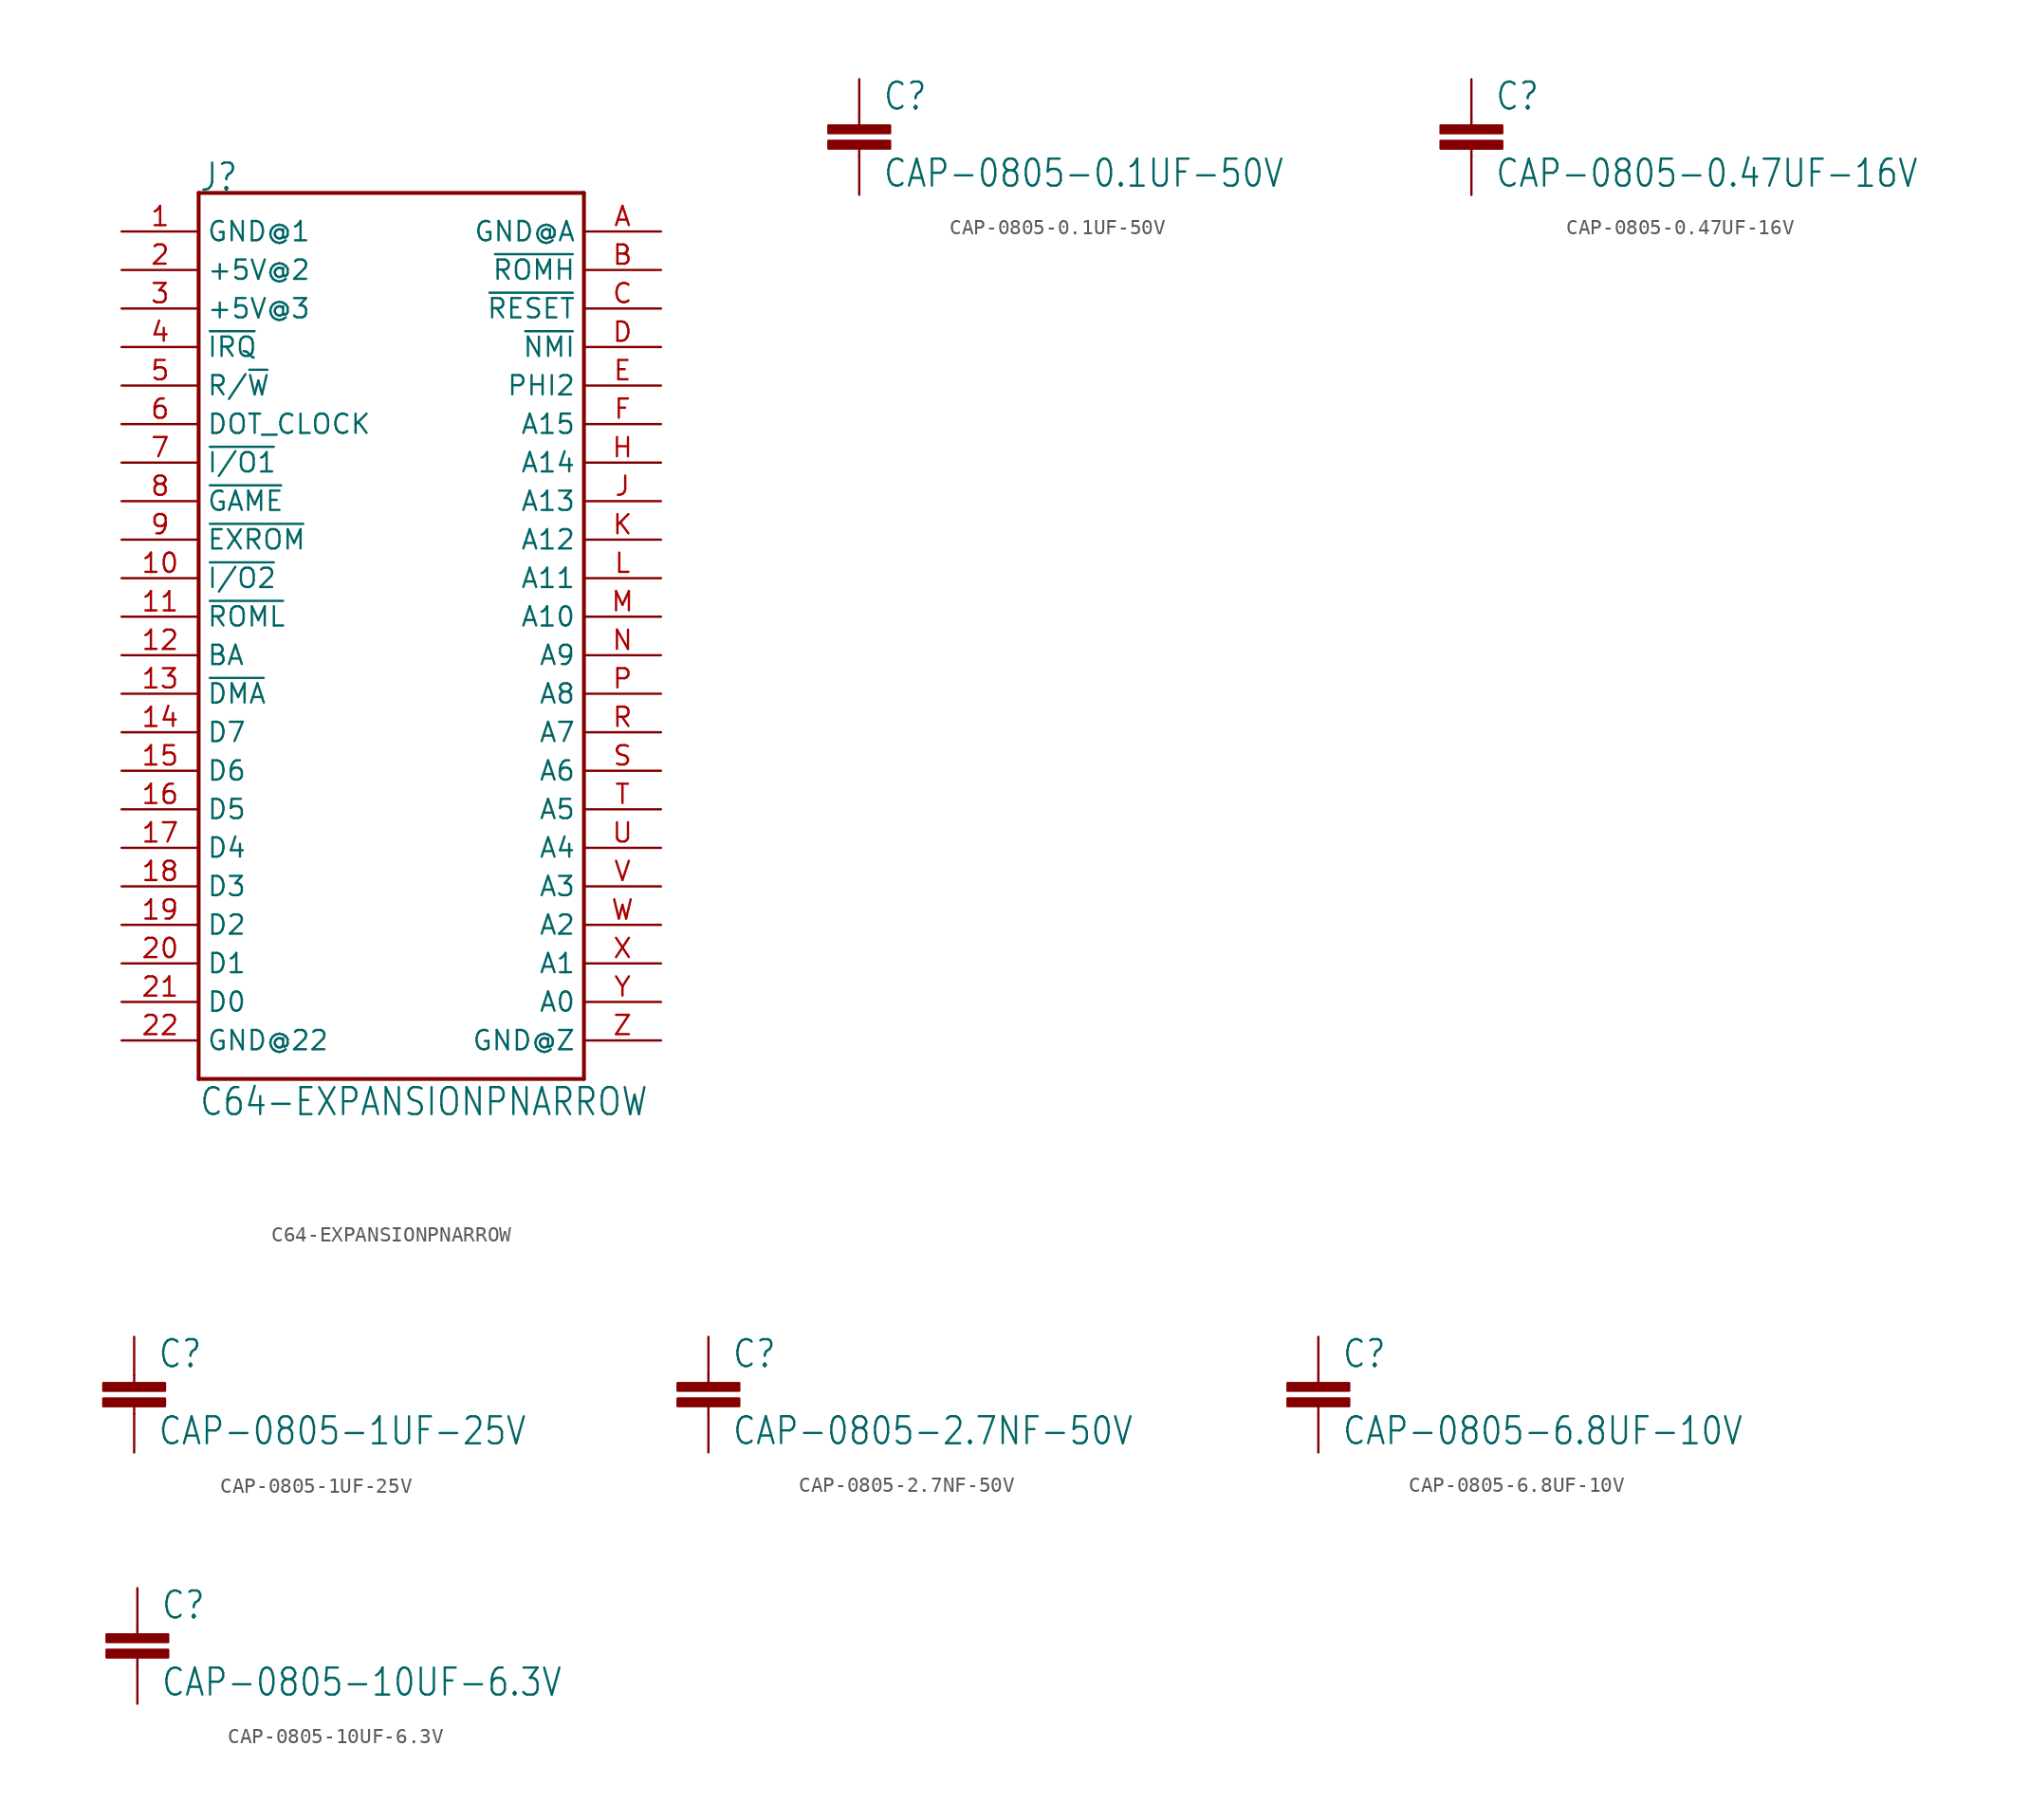
<source format=kicad_sym>
(kicad_symbol_lib
  (version 20211014)
  (generator kicad_symbol_editor)
  (symbol "C64-EXPANSIONPNARROW"
    (property "Reference" "J"
      (at -12.7 27.94 0)
      (effects (font (size 1.778 1.511)) (justify left bottom)))
    (property "Value" "C64-EXPANSIONPNARROW"
      (at -12.7 -33.02 0)
      (effects (font (size 1.778 1.511)) (justify left bottom)))
    (property "ki_locked" ""
      (at 0 0 0)
      (effects (font (size 1.27 1.27))))
    (symbol "C64-EXPANSIONPNARROW_1_0"
      (polyline (pts (xy -12.7 -30.48) (xy -12.7 27.94)) (stroke (width 0.254) (type default) (color 0 0 0 0)) (fill (type none)))
      (polyline (pts (xy -12.7 27.94) (xy 12.7 27.94)) (stroke (width 0.254) (type default) (color 0 0 0 0)) (fill (type none)))
      (polyline (pts (xy 12.7 -30.48) (xy -12.7 -30.48)) (stroke (width 0.254) (type default) (color 0 0 0 0)) (fill (type none)))
      (polyline (pts (xy 12.7 27.94) (xy 12.7 -30.48)) (stroke (width 0.254) (type default) (color 0 0 0 0)) (fill (type none)))
      (pin power_in line (at -17.78 25.4 0) (length 5.08) (name "GND@1" (effects (font (size 1.27 1.27)))) (number "1" (effects (font (size 1.27 1.27)))))
      (pin output line (at -17.78 2.54 0) (length 5.08) (name "~{I/O2}" (effects (font (size 1.27 1.27)))) (number "10" (effects (font (size 1.27 1.27)))))
      (pin output line (at -17.78 0 0) (length 5.08) (name "~{ROML}" (effects (font (size 1.27 1.27)))) (number "11" (effects (font (size 1.27 1.27)))))
      (pin output line (at -17.78 -2.54 0) (length 5.08) (name "BA" (effects (font (size 1.27 1.27)))) (number "12" (effects (font (size 1.27 1.27)))))
      (pin input line (at -17.78 -5.08 0) (length 5.08) (name "~{DMA}" (effects (font (size 1.27 1.27)))) (number "13" (effects (font (size 1.27 1.27)))))
      (pin bidirectional line (at -17.78 -7.62 0) (length 5.08) (name "D7" (effects (font (size 1.27 1.27)))) (number "14" (effects (font (size 1.27 1.27)))))
      (pin bidirectional line (at -17.78 -10.16 0) (length 5.08) (name "D6" (effects (font (size 1.27 1.27)))) (number "15" (effects (font (size 1.27 1.27)))))
      (pin bidirectional line (at -17.78 -12.7 0) (length 5.08) (name "D5" (effects (font (size 1.27 1.27)))) (number "16" (effects (font (size 1.27 1.27)))))
      (pin bidirectional line (at -17.78 -15.24 0) (length 5.08) (name "D4" (effects (font (size 1.27 1.27)))) (number "17" (effects (font (size 1.27 1.27)))))
      (pin bidirectional line (at -17.78 -17.78 0) (length 5.08) (name "D3" (effects (font (size 1.27 1.27)))) (number "18" (effects (font (size 1.27 1.27)))))
      (pin bidirectional line (at -17.78 -20.32 0) (length 5.08) (name "D2" (effects (font (size 1.27 1.27)))) (number "19" (effects (font (size 1.27 1.27)))))
      (pin power_in line (at -17.78 22.86 0) (length 5.08) (name "+5V@2" (effects (font (size 1.27 1.27)))) (number "2" (effects (font (size 1.27 1.27)))))
      (pin bidirectional line (at -17.78 -22.86 0) (length 5.08) (name "D1" (effects (font (size 1.27 1.27)))) (number "20" (effects (font (size 1.27 1.27)))))
      (pin bidirectional line (at -17.78 -25.4 0) (length 5.08) (name "D0" (effects (font (size 1.27 1.27)))) (number "21" (effects (font (size 1.27 1.27)))))
      (pin power_in line (at -17.78 -27.94 0) (length 5.08) (name "GND@22" (effects (font (size 1.27 1.27)))) (number "22" (effects (font (size 1.27 1.27)))))
      (pin power_in line (at -17.78 20.32 0) (length 5.08) (name "+5V@3" (effects (font (size 1.27 1.27)))) (number "3" (effects (font (size 1.27 1.27)))))
      (pin input line (at -17.78 17.78 0) (length 5.08) (name "~{IRQ}" (effects (font (size 1.27 1.27)))) (number "4" (effects (font (size 1.27 1.27)))))
      (pin output line (at -17.78 15.24 0) (length 5.08) (name "R/~{W}" (effects (font (size 1.27 1.27)))) (number "5" (effects (font (size 1.27 1.27)))))
      (pin output line (at -17.78 12.7 0) (length 5.08) (name "DOT_CLOCK" (effects (font (size 1.27 1.27)))) (number "6" (effects (font (size 1.27 1.27)))))
      (pin output line (at -17.78 10.16 0) (length 5.08) (name "~{I/O1}" (effects (font (size 1.27 1.27)))) (number "7" (effects (font (size 1.27 1.27)))))
      (pin input line (at -17.78 7.62 0) (length 5.08) (name "~{GAME}" (effects (font (size 1.27 1.27)))) (number "8" (effects (font (size 1.27 1.27)))))
      (pin input line (at -17.78 5.08 0) (length 5.08) (name "~{EXROM}" (effects (font (size 1.27 1.27)))) (number "9" (effects (font (size 1.27 1.27)))))
      (pin power_in line (at 17.78 25.4 180) (length 5.08) (name "GND@A" (effects (font (size 1.27 1.27)))) (number "A" (effects (font (size 1.27 1.27)))))
      (pin output line (at 17.78 22.86 180) (length 5.08) (name "~{ROMH}" (effects (font (size 1.27 1.27)))) (number "B" (effects (font (size 1.27 1.27)))))
      (pin open_collector line (at 17.78 20.32 180) (length 5.08) (name "~{RESET}" (effects (font (size 1.27 1.27)))) (number "C" (effects (font (size 1.27 1.27)))))
      (pin input line (at 17.78 17.78 180) (length 5.08) (name "~{NMI}" (effects (font (size 1.27 1.27)))) (number "D" (effects (font (size 1.27 1.27)))))
      (pin output line (at 17.78 15.24 180) (length 5.08) (name "PHI2" (effects (font (size 1.27 1.27)))) (number "E" (effects (font (size 1.27 1.27)))))
      (pin bidirectional line (at 17.78 12.7 180) (length 5.08) (name "A15" (effects (font (size 1.27 1.27)))) (number "F" (effects (font (size 1.27 1.27)))))
      (pin bidirectional line (at 17.78 10.16 180) (length 5.08) (name "A14" (effects (font (size 1.27 1.27)))) (number "H" (effects (font (size 1.27 1.27)))))
      (pin bidirectional line (at 17.78 7.62 180) (length 5.08) (name "A13" (effects (font (size 1.27 1.27)))) (number "J" (effects (font (size 1.27 1.27)))))
      (pin bidirectional line (at 17.78 5.08 180) (length 5.08) (name "A12" (effects (font (size 1.27 1.27)))) (number "K" (effects (font (size 1.27 1.27)))))
      (pin bidirectional line (at 17.78 2.54 180) (length 5.08) (name "A11" (effects (font (size 1.27 1.27)))) (number "L" (effects (font (size 1.27 1.27)))))
      (pin bidirectional line (at 17.78 0 180) (length 5.08) (name "A10" (effects (font (size 1.27 1.27)))) (number "M" (effects (font (size 1.27 1.27)))))
      (pin bidirectional line (at 17.78 -2.54 180) (length 5.08) (name "A9" (effects (font (size 1.27 1.27)))) (number "N" (effects (font (size 1.27 1.27)))))
      (pin bidirectional line (at 17.78 -5.08 180) (length 5.08) (name "A8" (effects (font (size 1.27 1.27)))) (number "P" (effects (font (size 1.27 1.27)))))
      (pin bidirectional line (at 17.78 -7.62 180) (length 5.08) (name "A7" (effects (font (size 1.27 1.27)))) (number "R" (effects (font (size 1.27 1.27)))))
      (pin bidirectional line (at 17.78 -10.16 180) (length 5.08) (name "A6" (effects (font (size 1.27 1.27)))) (number "S" (effects (font (size 1.27 1.27)))))
      (pin bidirectional line (at 17.78 -12.7 180) (length 5.08) (name "A5" (effects (font (size 1.27 1.27)))) (number "T" (effects (font (size 1.27 1.27)))))
      (pin bidirectional line (at 17.78 -15.24 180) (length 5.08) (name "A4" (effects (font (size 1.27 1.27)))) (number "U" (effects (font (size 1.27 1.27)))))
      (pin bidirectional line (at 17.78 -17.78 180) (length 5.08) (name "A3" (effects (font (size 1.27 1.27)))) (number "V" (effects (font (size 1.27 1.27)))))
      (pin bidirectional line (at 17.78 -20.32 180) (length 5.08) (name "A2" (effects (font (size 1.27 1.27)))) (number "W" (effects (font (size 1.27 1.27)))))
      (pin bidirectional line (at 17.78 -22.86 180) (length 5.08) (name "A1" (effects (font (size 1.27 1.27)))) (number "X" (effects (font (size 1.27 1.27)))))
      (pin bidirectional line (at 17.78 -25.4 180) (length 5.08) (name "A0" (effects (font (size 1.27 1.27)))) (number "Y" (effects (font (size 1.27 1.27)))))
      (pin power_in line (at 17.78 -27.94 180) (length 5.08) (name "GND@Z" (effects (font (size 1.27 1.27)))) (number "Z" (effects (font (size 1.27 1.27)))))))
  (symbol "CAP-0805-0.1UF-50V"
    (property "Reference" "C"
      (at 1.524 2.921 0)
      (effects (font (size 1.778 1.511)) (justify left bottom)))
    (property "Value" "CAP-0805-0.1UF-50V"
      (at 1.524 -2.159 0)
      (effects (font (size 1.778 1.511)) (justify left bottom)))
    (property "ki_locked" ""
      (at 0 0 0)
      (effects (font (size 1.27 1.27))))
    (symbol "CAP-0805-0.1UF-50V_1_0"
      (rectangle (start -2.032 0.508) (end 2.032 1.016) (stroke (width 0) (type default) (color 0 0 0 0)) (fill (type outline)))
      (rectangle (start -2.032 1.524) (end 2.032 2.032) (stroke (width 0) (type default) (color 0 0 0 0)) (fill (type outline)))
      (polyline (pts (xy 0 0) (xy 0 0.508)) (stroke (width 0.152) (type default) (color 0 0 0 0)) (fill (type none)))
      (polyline (pts (xy 0 2.54) (xy 0 2.032)) (stroke (width 0.152) (type default) (color 0 0 0 0)) (fill (type none)))
      (pin passive line (at 0 5.08 270) (length 2.54) (name "1" (effects (font (size 0 0)))) (number "1" (effects (font (size 0 0)))))
      (pin passive line (at 0 -2.54 90) (length 2.54) (name "2" (effects (font (size 0 0)))) (number "2" (effects (font (size 0 0)))))))
  (symbol "CAP-0805-0.47UF-16V"
    (property "Reference" "C"
      (at 1.524 2.921 0)
      (effects (font (size 1.778 1.511)) (justify left bottom)))
    (property "Value" "CAP-0805-0.47UF-16V"
      (at 1.524 -2.159 0)
      (effects (font (size 1.778 1.511)) (justify left bottom)))
    (property "ki_locked" ""
      (at 0 0 0)
      (effects (font (size 1.27 1.27))))
    (symbol "CAP-0805-0.47UF-16V_1_0"
      (rectangle (start -2.032 0.508) (end 2.032 1.016) (stroke (width 0) (type default) (color 0 0 0 0)) (fill (type outline)))
      (rectangle (start -2.032 1.524) (end 2.032 2.032) (stroke (width 0) (type default) (color 0 0 0 0)) (fill (type outline)))
      (polyline (pts (xy 0 0) (xy 0 0.508)) (stroke (width 0.152) (type default) (color 0 0 0 0)) (fill (type none)))
      (polyline (pts (xy 0 2.54) (xy 0 2.032)) (stroke (width 0.152) (type default) (color 0 0 0 0)) (fill (type none)))
      (pin passive line (at 0 5.08 270) (length 2.54) (name "1" (effects (font (size 0 0)))) (number "1" (effects (font (size 0 0)))))
      (pin passive line (at 0 -2.54 90) (length 2.54) (name "2" (effects (font (size 0 0)))) (number "2" (effects (font (size 0 0)))))))
  (symbol "CAP-0805-1UF-25V"
    (property "Reference" "C"
      (at 1.524 2.921 0)
      (effects (font (size 1.778 1.511)) (justify left bottom)))
    (property "Value" "CAP-0805-1UF-25V"
      (at 1.524 -2.159 0)
      (effects (font (size 1.778 1.511)) (justify left bottom)))
    (property "ki_locked" ""
      (at 0 0 0)
      (effects (font (size 1.27 1.27))))
    (symbol "CAP-0805-1UF-25V_1_0"
      (rectangle (start -2.032 0.508) (end 2.032 1.016) (stroke (width 0) (type default) (color 0 0 0 0)) (fill (type outline)))
      (rectangle (start -2.032 1.524) (end 2.032 2.032) (stroke (width 0) (type default) (color 0 0 0 0)) (fill (type outline)))
      (polyline (pts (xy 0 0) (xy 0 0.508)) (stroke (width 0.152) (type default) (color 0 0 0 0)) (fill (type none)))
      (polyline (pts (xy 0 2.54) (xy 0 2.032)) (stroke (width 0.152) (type default) (color 0 0 0 0)) (fill (type none)))
      (pin passive line (at 0 5.08 270) (length 2.54) (name "1" (effects (font (size 0 0)))) (number "1" (effects (font (size 0 0)))))
      (pin passive line (at 0 -2.54 90) (length 2.54) (name "2" (effects (font (size 0 0)))) (number "2" (effects (font (size 0 0)))))))
  (symbol "CAP-0805-2.7NF-50V"
    (property "Reference" "C"
      (at 1.524 2.921 0)
      (effects (font (size 1.778 1.511)) (justify left bottom)))
    (property "Value" "CAP-0805-2.7NF-50V"
      (at 1.524 -2.159 0)
      (effects (font (size 1.778 1.511)) (justify left bottom)))
    (property "ki_locked" ""
      (at 0 0 0)
      (effects (font (size 1.27 1.27))))
    (symbol "CAP-0805-2.7NF-50V_1_0"
      (rectangle (start -2.032 0.508) (end 2.032 1.016) (stroke (width 0) (type default) (color 0 0 0 0)) (fill (type outline)))
      (rectangle (start -2.032 1.524) (end 2.032 2.032) (stroke (width 0) (type default) (color 0 0 0 0)) (fill (type outline)))
      (polyline (pts (xy 0 0) (xy 0 0.508)) (stroke (width 0.152) (type default) (color 0 0 0 0)) (fill (type none)))
      (polyline (pts (xy 0 2.54) (xy 0 2.032)) (stroke (width 0.152) (type default) (color 0 0 0 0)) (fill (type none)))
      (pin passive line (at 0 5.08 270) (length 2.54) (name "1" (effects (font (size 0 0)))) (number "1" (effects (font (size 0 0)))))
      (pin passive line (at 0 -2.54 90) (length 2.54) (name "2" (effects (font (size 0 0)))) (number "2" (effects (font (size 0 0)))))))
  (symbol "CAP-0805-6.8UF-10V"
    (property "Reference" "C"
      (at 1.524 2.921 0)
      (effects (font (size 1.778 1.511)) (justify left bottom)))
    (property "Value" "CAP-0805-6.8UF-10V"
      (at 1.524 -2.159 0)
      (effects (font (size 1.778 1.511)) (justify left bottom)))
    (property "ki_locked" ""
      (at 0 0 0)
      (effects (font (size 1.27 1.27))))
    (symbol "CAP-0805-6.8UF-10V_1_0"
      (rectangle (start -2.032 0.508) (end 2.032 1.016) (stroke (width 0) (type default) (color 0 0 0 0)) (fill (type outline)))
      (rectangle (start -2.032 1.524) (end 2.032 2.032) (stroke (width 0) (type default) (color 0 0 0 0)) (fill (type outline)))
      (polyline (pts (xy 0 0) (xy 0 0.508)) (stroke (width 0.152) (type default) (color 0 0 0 0)) (fill (type none)))
      (polyline (pts (xy 0 2.54) (xy 0 2.032)) (stroke (width 0.152) (type default) (color 0 0 0 0)) (fill (type none)))
      (pin passive line (at 0 5.08 270) (length 2.54) (name "1" (effects (font (size 0 0)))) (number "1" (effects (font (size 0 0)))))
      (pin passive line (at 0 -2.54 90) (length 2.54) (name "2" (effects (font (size 0 0)))) (number "2" (effects (font (size 0 0)))))))
  (symbol "CAP-0805-10UF-6.3V"
    (property "Reference" "C"
      (at 1.524 2.921 0)
      (effects (font (size 1.778 1.511)) (justify left bottom)))
    (property "Value" "CAP-0805-10UF-6.3V"
      (at 1.524 -2.159 0)
      (effects (font (size 1.778 1.511)) (justify left bottom)))
    (property "ki_locked" ""
      (at 0 0 0)
      (effects (font (size 1.27 1.27))))
    (symbol "CAP-0805-10UF-6.3V_1_0"
      (rectangle (start -2.032 0.508) (end 2.032 1.016) (stroke (width 0) (type default) (color 0 0 0 0)) (fill (type outline)))
      (rectangle (start -2.032 1.524) (end 2.032 2.032) (stroke (width 0) (type default) (color 0 0 0 0)) (fill (type outline)))
      (polyline (pts (xy 0 0) (xy 0 0.508)) (stroke (width 0.152) (type default) (color 0 0 0 0)) (fill (type none)))
      (polyline (pts (xy 0 2.54) (xy 0 2.032)) (stroke (width 0.152) (type default) (color 0 0 0 0)) (fill (type none)))
      (pin passive line (at 0 5.08 270) (length 2.54) (name "1" (effects (font (size 0 0)))) (number "1" (effects (font (size 0 0)))))
      (pin passive line (at 0 -2.54 90) (length 2.54) (name "2" (effects (font (size 0 0)))) (number "2" (effects (font (size 0 0))))))))
</source>
